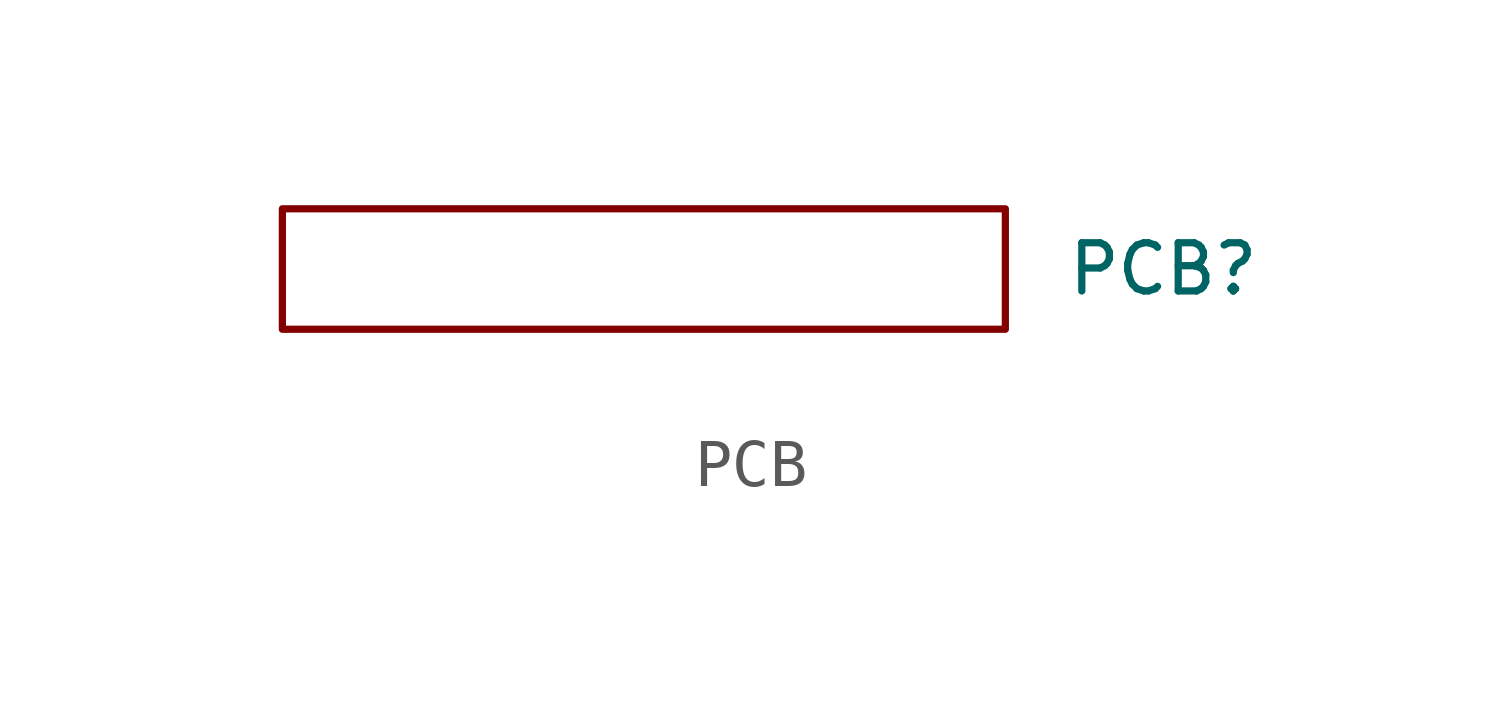
<source format=kicad_sym>
(kicad_symbol_lib
  (version 20211014)
  (generator kicad_symbol_editor)
  (symbol "PCB"
    (pin_numbers hide)
    (pin_names
      (offset 0.025) hide)
    (property "Reference" "PCB"
      (at 8.89 0 0)
      (effects (font (size 1.016 1.016)) (justify left)))
    (property "Footprint" ""
      (at 0 -2.54 0)
      (effects (font (size 1.524 1.524))))
    (property "Datasheet" ""
      (at 0 -2.54 0)
      (effects (font (size 1.524 1.524))))
    (symbol "PCB_0_1"
      (rectangle (start -7.62 1.27) (end 7.62 -1.27) (stroke (width 0) (type default) (color 0 0 0 0)) (fill (type none))))))
</source>
